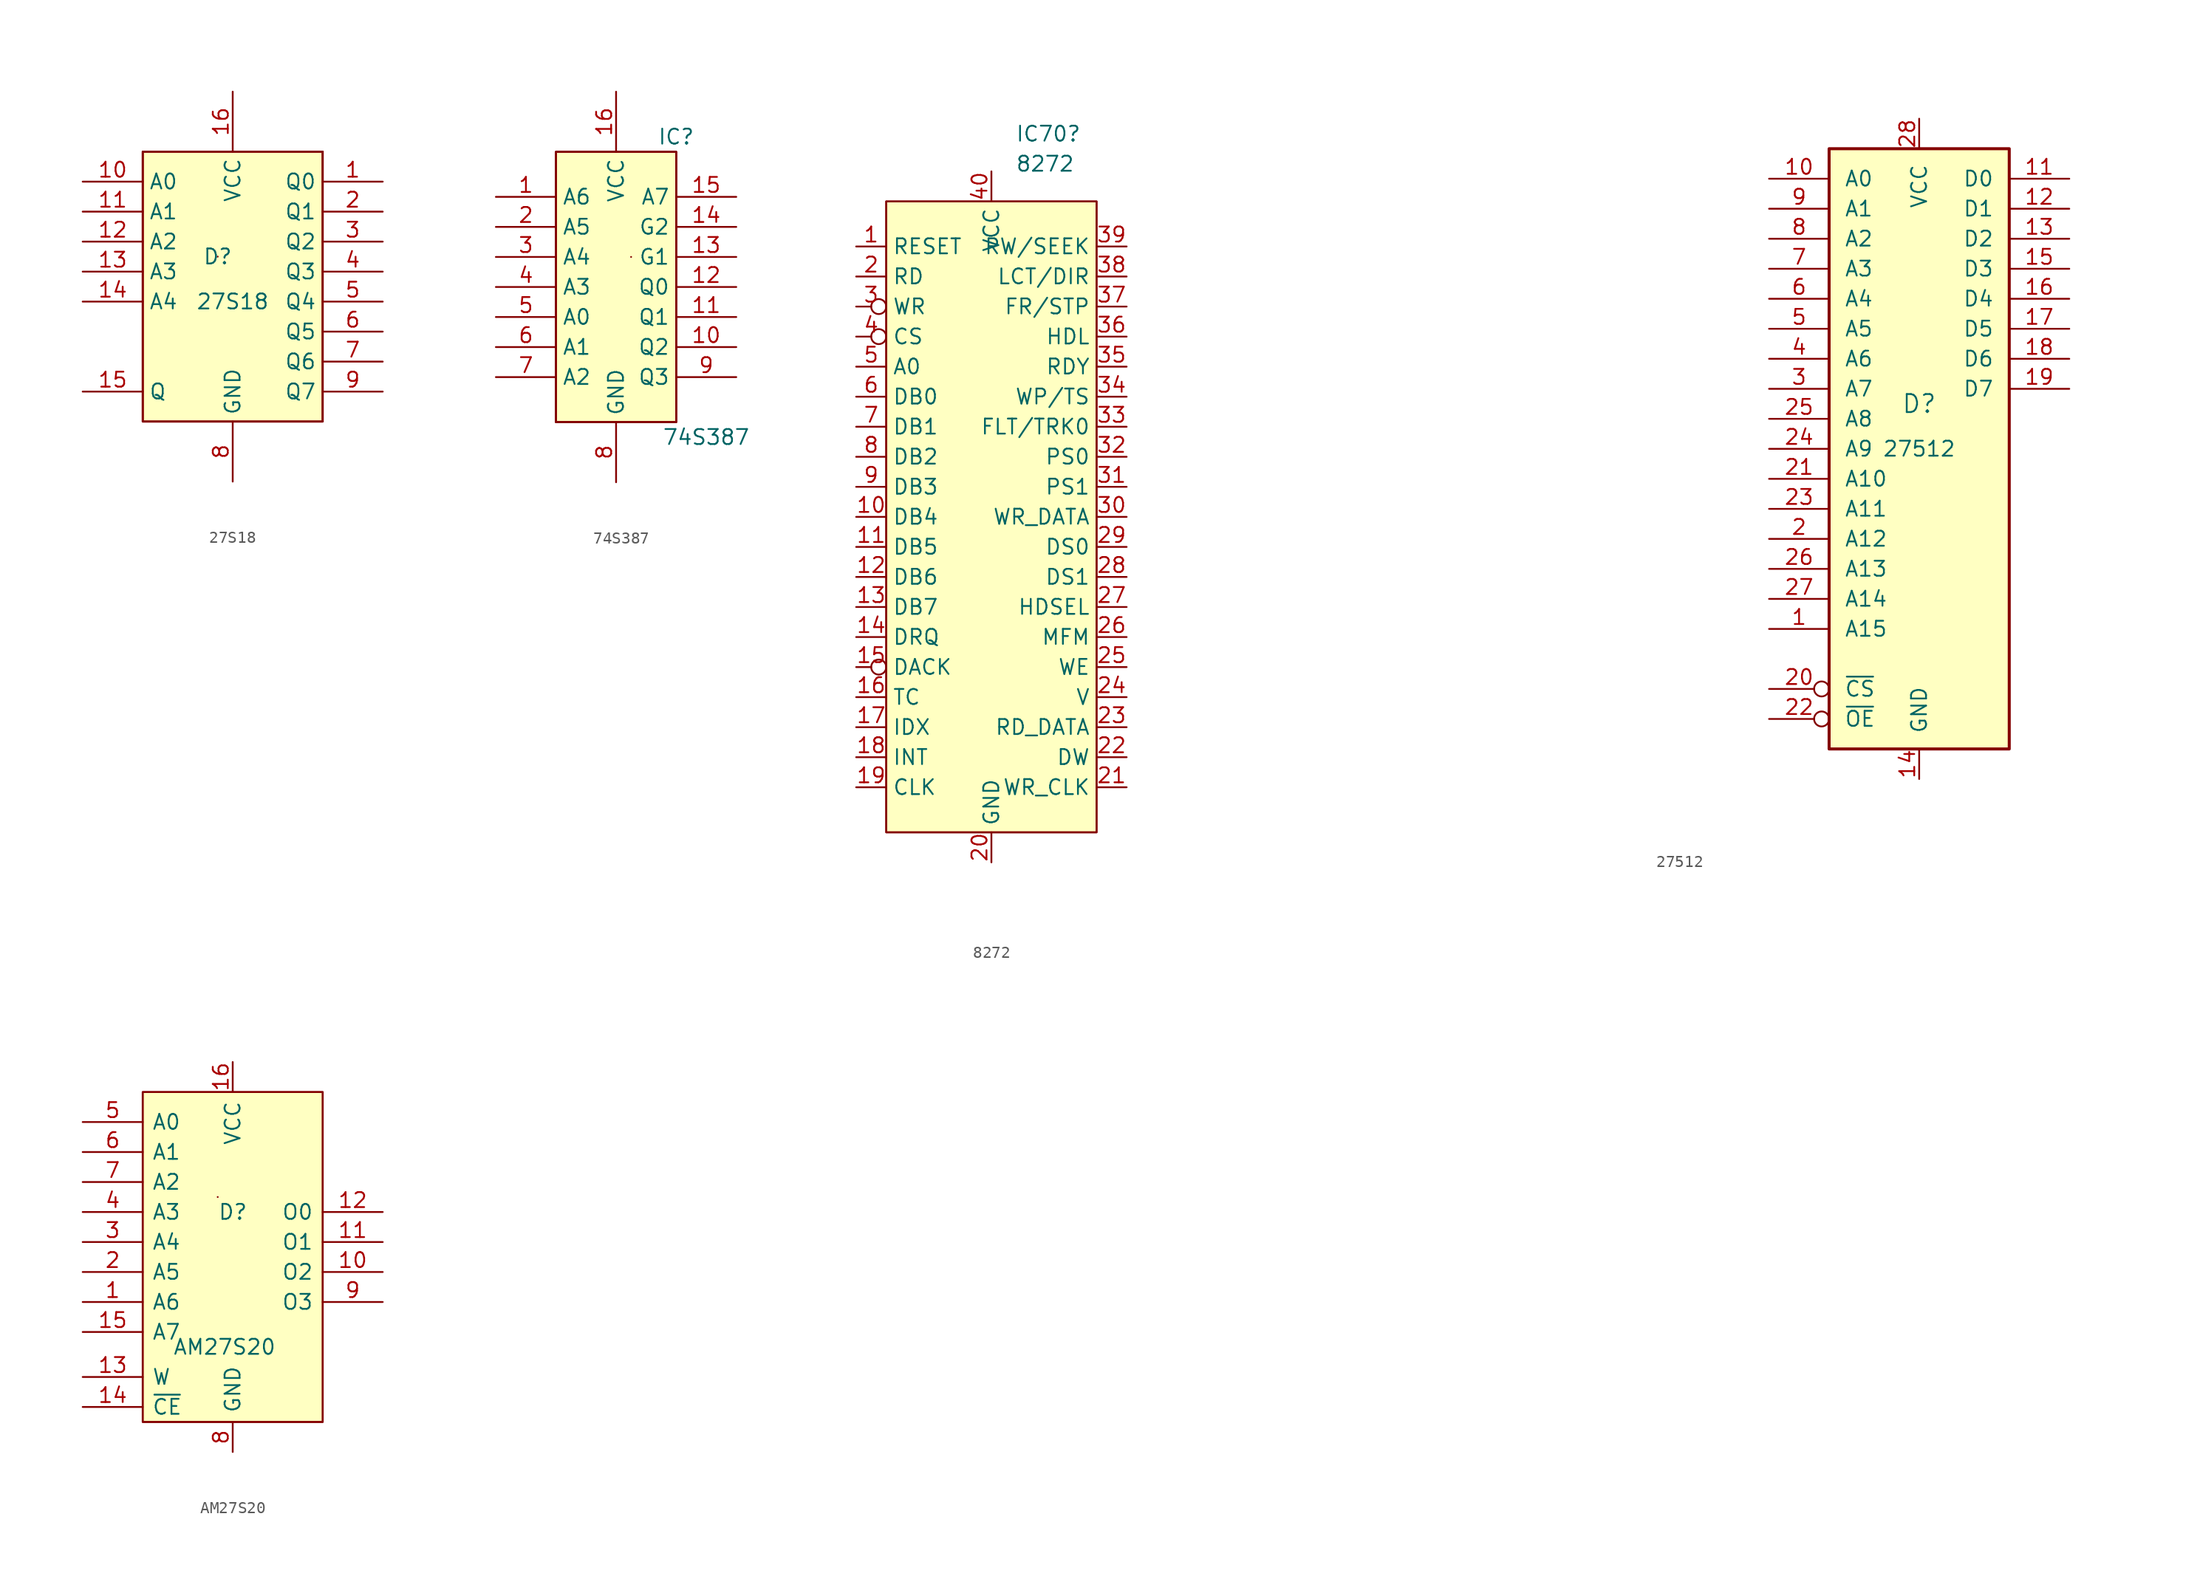
<source format=kicad_sym>
(kicad_symbol_lib
  (version 20211014)
  (generator kicad_symbol_editor)
  (symbol "27S18"
    (property "Reference" "D"
      (at -1.27 -13.97 0)
      (effects (font (size 1.27 1.27))))
    (property "Value" "27S18"
      (at 0 -17.78 0)
      (effects (font (size 1.27 1.27))))
    (symbol "27S18_0_0"
      (pin bidirectional line (at 12.7 -7.62 180) (length 5.08) (name "Q0" (effects (font (size 1.27 1.27)))) (number "1" (effects (font (size 1.27 1.27)))))
      (pin bidirectional line (at -12.7 -7.62 0) (length 5.08) (name "A0" (effects (font (size 1.27 1.27)))) (number "10" (effects (font (size 1.27 1.27)))))
      (pin bidirectional line (at -12.7 -10.16 0) (length 5.08) (name "A1" (effects (font (size 1.27 1.27)))) (number "11" (effects (font (size 1.27 1.27)))))
      (pin bidirectional line (at -12.7 -12.7 0) (length 5.08) (name "A2" (effects (font (size 1.27 1.27)))) (number "12" (effects (font (size 1.27 1.27)))))
      (pin bidirectional line (at -12.7 -15.24 0) (length 5.08) (name "A3" (effects (font (size 1.27 1.27)))) (number "13" (effects (font (size 1.27 1.27)))))
      (pin bidirectional line (at -12.7 -17.78 0) (length 5.08) (name "A4" (effects (font (size 1.27 1.27)))) (number "14" (effects (font (size 1.27 1.27)))))
      (pin bidirectional line (at -12.7 -25.4 0) (length 5.08) (name "Q" (effects (font (size 1.27 1.27)))) (number "15" (effects (font (size 1.27 1.27)))))
      (pin power_in line (at 0 0 270) (length 5.08) (name "VCC" (effects (font (size 1.27 1.27)))) (number "16" (effects (font (size 1.27 1.27)))))
      (pin bidirectional line (at 12.7 -10.16 180) (length 5.08) (name "Q1" (effects (font (size 1.27 1.27)))) (number "2" (effects (font (size 1.27 1.27)))))
      (pin bidirectional line (at 12.7 -12.7 180) (length 5.08) (name "Q2" (effects (font (size 1.27 1.27)))) (number "3" (effects (font (size 1.27 1.27)))))
      (pin bidirectional line (at 12.7 -15.24 180) (length 5.08) (name "Q3" (effects (font (size 1.27 1.27)))) (number "4" (effects (font (size 1.27 1.27)))))
      (pin bidirectional line (at 12.7 -17.78 180) (length 5.08) (name "Q4" (effects (font (size 1.27 1.27)))) (number "5" (effects (font (size 1.27 1.27)))))
      (pin bidirectional line (at 12.7 -20.32 180) (length 5.08) (name "Q5" (effects (font (size 1.27 1.27)))) (number "6" (effects (font (size 1.27 1.27)))))
      (pin bidirectional line (at 12.7 -22.86 180) (length 5.08) (name "Q6" (effects (font (size 1.27 1.27)))) (number "7" (effects (font (size 1.27 1.27)))))
      (pin power_in line (at 0 -33.02 90) (length 5.08) (name "GND" (effects (font (size 1.27 1.27)))) (number "8" (effects (font (size 1.27 1.27)))))
      (pin bidirectional line (at 12.7 -25.4 180) (length 5.08) (name "Q7" (effects (font (size 1.27 1.27)))) (number "9" (effects (font (size 1.27 1.27))))))
    (symbol "27S18_0_1"
      (rectangle (start -7.62 -5.08) (end 7.62 -27.94) (stroke (width 0) (type default) (color 0 0 0 0)) (fill (type none)))
      (rectangle (start -7.62 -5.08) (end 7.62 -27.94) (stroke (width 0) (type default) (color 0 0 0 0)) (fill (type none)))
      (rectangle (start -7.62 -5.08) (end 7.62 -27.94) (stroke (width 0) (type default) (color 0 0 0 0)) (fill (type background)))
      (rectangle (start -1.27 -13.97) (end -1.27 -13.97) (stroke (width 0) (type default) (color 0 0 0 0)) (fill (type none)))
      (polyline (pts (xy -7.62 -5.08) (xy 7.62 -5.08) (xy 7.62 -27.94) (xy -7.62 -27.94) (xy -7.62 -5.08)) (stroke (width 0.152) (type default) (color 0 0 0 0)) (fill (type none)))))
  (symbol "74S387"
    (property "Reference" "IC"
      (at 10.16 1.27 0)
      (effects (font (size 1.27 1.27))))
    (property "Value" "74S387"
      (at 12.7 -24.13 0)
      (effects (font (size 1.27 1.27))))
    (symbol "74S387_0_0"
      (pin input line (at -5.08 -3.81 0) (length 5.08) (name "A6" (effects (font (size 1.27 1.27)))) (number "1" (effects (font (size 1.27 1.27)))))
      (pin output line (at 15.24 -16.51 180) (length 5.08) (name "Q2" (effects (font (size 1.27 1.27)))) (number "10" (effects (font (size 1.27 1.27)))))
      (pin output line (at 15.24 -13.97 180) (length 5.08) (name "Q1" (effects (font (size 1.27 1.27)))) (number "11" (effects (font (size 1.27 1.27)))))
      (pin output line (at 15.24 -11.43 180) (length 5.08) (name "Q0" (effects (font (size 1.27 1.27)))) (number "12" (effects (font (size 1.27 1.27)))))
      (pin output line (at 15.24 -8.89 180) (length 5.08) (name "G1" (effects (font (size 1.27 1.27)))) (number "13" (effects (font (size 1.27 1.27)))))
      (pin output line (at 15.24 -6.35 180) (length 5.08) (name "G2" (effects (font (size 1.27 1.27)))) (number "14" (effects (font (size 1.27 1.27)))))
      (pin input line (at 15.24 -3.81 180) (length 5.08) (name "A7" (effects (font (size 1.27 1.27)))) (number "15" (effects (font (size 1.27 1.27)))))
      (pin power_in line (at 5.08 5.08 270) (length 5.08) (name "VCC" (effects (font (size 1.27 1.27)))) (number "16" (effects (font (size 1.27 1.27)))))
      (pin input line (at -5.08 -6.35 0) (length 5.08) (name "A5" (effects (font (size 1.27 1.27)))) (number "2" (effects (font (size 1.27 1.27)))))
      (pin input line (at -5.08 -8.89 0) (length 5.08) (name "A4" (effects (font (size 1.27 1.27)))) (number "3" (effects (font (size 1.27 1.27)))))
      (pin input line (at -5.08 -11.43 0) (length 5.08) (name "A3" (effects (font (size 1.27 1.27)))) (number "4" (effects (font (size 1.27 1.27)))))
      (pin input line (at -5.08 -13.97 0) (length 5.08) (name "A0" (effects (font (size 1.27 1.27)))) (number "5" (effects (font (size 1.27 1.27)))))
      (pin input line (at -5.08 -16.51 0) (length 5.08) (name "A1" (effects (font (size 1.27 1.27)))) (number "6" (effects (font (size 1.27 1.27)))))
      (pin input line (at -5.08 -19.05 0) (length 5.08) (name "A2" (effects (font (size 1.27 1.27)))) (number "7" (effects (font (size 1.27 1.27)))))
      (pin power_in line (at 5.08 -27.94 90) (length 5.08) (name "GND" (effects (font (size 1.27 1.27)))) (number "8" (effects (font (size 1.27 1.27)))))
      (pin output line (at 15.24 -19.05 180) (length 5.08) (name "Q3" (effects (font (size 1.27 1.27)))) (number "9" (effects (font (size 1.27 1.27))))))
    (symbol "74S387_0_1"
      (polyline (pts (xy 0 0) (xy 10.16 0) (xy 10.16 -22.86) (xy 0 -22.86) (xy 0 0)) (stroke (width 0.152) (type default) (color 0 0 0 0)) (fill (type none)))
      (rectangle (start 0 0) (end 10.16 -22.86) (stroke (width 0) (type default) (color 0 0 0 0)) (fill (type none)))
      (rectangle (start 0 0) (end 10.16 -22.86) (stroke (width 0) (type default) (color 0 0 0 0)) (fill (type none)))
      (rectangle (start 0 0) (end 10.16 -22.86) (stroke (width 0) (type default) (color 0 0 0 0)) (fill (type background)))
      (rectangle (start 6.35 -8.89) (end 6.35 -8.89) (stroke (width 0) (type default) (color 0 0 0 0)) (fill (type none)))))
  (symbol "8272"
    (property "Reference" "IC70"
      (at 13.449 8.255 0)
      (effects (font (size 1.27 1.27)) (justify left)))
    (property "Value" "8272"
      (at 13.449 5.715 0)
      (effects (font (size 1.27 1.27)) (justify left)))
    (symbol "8272_0_0"
      (pin input line (at 0 -1.27 0) (length 2.54) (name "RESET" (effects (font (size 1.27 1.27)))) (number "1" (effects (font (size 1.27 1.27)))))
      (pin bidirectional line (at 0 -24.13 0) (length 2.54) (name "DB4" (effects (font (size 1.27 1.27)))) (number "10" (effects (font (size 1.27 1.27)))))
      (pin bidirectional line (at 0 -26.67 0) (length 2.54) (name "DB5" (effects (font (size 1.27 1.27)))) (number "11" (effects (font (size 1.27 1.27)))))
      (pin bidirectional line (at 0 -29.21 0) (length 2.54) (name "DB6" (effects (font (size 1.27 1.27)))) (number "12" (effects (font (size 1.27 1.27)))))
      (pin bidirectional line (at 0 -31.75 0) (length 2.54) (name "DB7" (effects (font (size 1.27 1.27)))) (number "13" (effects (font (size 1.27 1.27)))))
      (pin output line (at 0 -34.29 0) (length 2.54) (name "DRQ" (effects (font (size 1.27 1.27)))) (number "14" (effects (font (size 1.27 1.27)))))
      (pin input inverted (at 0 -36.83 0) (length 2.54) (name "DACK" (effects (font (size 1.27 1.27)))) (number "15" (effects (font (size 1.27 1.27)))))
      (pin input line (at 0 -39.37 0) (length 2.54) (name "TC" (effects (font (size 1.27 1.27)))) (number "16" (effects (font (size 1.27 1.27)))))
      (pin input line (at 0 -41.91 0) (length 2.54) (name "IDX" (effects (font (size 1.27 1.27)))) (number "17" (effects (font (size 1.27 1.27)))))
      (pin output line (at 0 -44.45 0) (length 2.54) (name "INT" (effects (font (size 1.27 1.27)))) (number "18" (effects (font (size 1.27 1.27)))))
      (pin input line (at 0 -46.99 0) (length 2.54) (name "CLK" (effects (font (size 1.27 1.27)))) (number "19" (effects (font (size 1.27 1.27)))))
      (pin input line (at 0 -3.81 0) (length 2.54) (name "RD" (effects (font (size 1.27 1.27)))) (number "2" (effects (font (size 1.27 1.27)))))
      (pin power_in line (at 11.43 -53.34 90) (length 2.54) (name "GND" (effects (font (size 1.27 1.27)))) (number "20" (effects (font (size 1.27 1.27)))))
      (pin input line (at 22.86 -46.99 180) (length 2.54) (name "WR_CLK" (effects (font (size 1.27 1.27)))) (number "21" (effects (font (size 1.27 1.27)))))
      (pin input line (at 22.86 -44.45 180) (length 2.54) (name "DW" (effects (font (size 1.27 1.27)))) (number "22" (effects (font (size 1.27 1.27)))))
      (pin input line (at 22.86 -41.91 180) (length 2.54) (name "RD_DATA" (effects (font (size 1.27 1.27)))) (number "23" (effects (font (size 1.27 1.27)))))
      (pin output line (at 22.86 -39.37 180) (length 2.54) (name "V" (effects (font (size 1.27 1.27)))) (number "24" (effects (font (size 1.27 1.27)))))
      (pin output line (at 22.86 -36.83 180) (length 2.54) (name "WE" (effects (font (size 1.27 1.27)))) (number "25" (effects (font (size 1.27 1.27)))))
      (pin output line (at 22.86 -34.29 180) (length 2.54) (name "MFM" (effects (font (size 1.27 1.27)))) (number "26" (effects (font (size 1.27 1.27)))))
      (pin output line (at 22.86 -31.75 180) (length 2.54) (name "HDSEL" (effects (font (size 1.27 1.27)))) (number "27" (effects (font (size 1.27 1.27)))))
      (pin output line (at 22.86 -29.21 180) (length 2.54) (name "DS1" (effects (font (size 1.27 1.27)))) (number "28" (effects (font (size 1.27 1.27)))))
      (pin output line (at 22.86 -26.67 180) (length 2.54) (name "DS0" (effects (font (size 1.27 1.27)))) (number "29" (effects (font (size 1.27 1.27)))))
      (pin input inverted (at 0 -6.35 0) (length 2.54) (name "WR" (effects (font (size 1.27 1.27)))) (number "3" (effects (font (size 1.27 1.27)))))
      (pin output line (at 22.86 -24.13 180) (length 2.54) (name "WR_DATA" (effects (font (size 1.27 1.27)))) (number "30" (effects (font (size 1.27 1.27)))))
      (pin output line (at 22.86 -21.59 180) (length 2.54) (name "PS1" (effects (font (size 1.27 1.27)))) (number "31" (effects (font (size 1.27 1.27)))))
      (pin output line (at 22.86 -19.05 180) (length 2.54) (name "PS0" (effects (font (size 1.27 1.27)))) (number "32" (effects (font (size 1.27 1.27)))))
      (pin input line (at 22.86 -16.51 180) (length 2.54) (name "FLT/TRK0" (effects (font (size 1.27 1.27)))) (number "33" (effects (font (size 1.27 1.27)))))
      (pin input line (at 22.86 -13.97 180) (length 2.54) (name "WP/TS" (effects (font (size 1.27 1.27)))) (number "34" (effects (font (size 1.27 1.27)))))
      (pin input line (at 22.86 -11.43 180) (length 2.54) (name "RDY" (effects (font (size 1.27 1.27)))) (number "35" (effects (font (size 1.27 1.27)))))
      (pin output line (at 22.86 -8.89 180) (length 2.54) (name "HDL" (effects (font (size 1.27 1.27)))) (number "36" (effects (font (size 1.27 1.27)))))
      (pin output line (at 22.86 -6.35 180) (length 2.54) (name "FR/STP" (effects (font (size 1.27 1.27)))) (number "37" (effects (font (size 1.27 1.27)))))
      (pin output line (at 22.86 -3.81 180) (length 2.54) (name "LCT/DIR" (effects (font (size 1.27 1.27)))) (number "38" (effects (font (size 1.27 1.27)))))
      (pin output line (at 22.86 -1.27 180) (length 2.54) (name "RW/SEEK" (effects (font (size 1.27 1.27)))) (number "39" (effects (font (size 1.27 1.27)))))
      (pin input inverted (at 0 -8.89 0) (length 2.54) (name "CS" (effects (font (size 1.27 1.27)))) (number "4" (effects (font (size 1.27 1.27)))))
      (pin input line (at 11.43 5.08 270) (length 2.54) (name "VCC" (effects (font (size 1.27 1.27)))) (number "40" (effects (font (size 1.27 1.27)))))
      (pin input line (at 0 -11.43 0) (length 2.54) (name "A0" (effects (font (size 1.27 1.27)))) (number "5" (effects (font (size 1.27 1.27)))))
      (pin bidirectional line (at 0 -13.97 0) (length 2.54) (name "DB0" (effects (font (size 1.27 1.27)))) (number "6" (effects (font (size 1.27 1.27)))))
      (pin bidirectional line (at 0 -16.51 0) (length 2.54) (name "DB1" (effects (font (size 1.27 1.27)))) (number "7" (effects (font (size 1.27 1.27)))))
      (pin bidirectional line (at 0 -19.05 0) (length 2.54) (name "DB2" (effects (font (size 1.27 1.27)))) (number "8" (effects (font (size 1.27 1.27)))))
      (pin bidirectional line (at 0 -21.59 0) (length 2.54) (name "DB3" (effects (font (size 1.27 1.27)))) (number "9" (effects (font (size 1.27 1.27))))))
    (symbol "8272_0_1"
      (rectangle (start 2.54 2.54) (end 20.32 -50.8) (stroke (width 0) (type default) (color 0 0 0 0)) (fill (type none)))
      (rectangle (start 2.54 2.54) (end 20.32 -50.8) (stroke (width 0) (type default) (color 0 0 0 0)) (fill (type background)))))
  (symbol "27512"
    (pin_names
      (offset 1.27))
    (property "Reference" "D"
      (at 0 -24.13 0)
      (effects (font (size 1.524 1.524))))
    (property "Value" "27512"
      (at 0 -27.94 0)
      (effects (font (size 1.27 1.27))))
    (property "Footprint" ""
      (at -53.34 -5.08 0)
      (effects (font (size 1.524 1.524))))
    (property "Datasheet" ""
      (at -53.34 -5.08 0)
      (effects (font (size 1.524 1.524))))
    (symbol "27512_0_0"
      (pin input line (at -12.7 -35.56 0) (length 5.08) (name "A12" (effects (font (size 1.27 1.27)))) (number "2" (effects (font (size 1.27 1.27)))))
      (pin input line (at -12.7 -30.48 0) (length 5.08) (name "A10" (effects (font (size 1.27 1.27)))) (number "21" (effects (font (size 1.27 1.27)))))
      (pin input line (at -12.7 -33.02 0) (length 5.08) (name "A11" (effects (font (size 1.27 1.27)))) (number "23" (effects (font (size 1.27 1.27)))))
      (pin input line (at -12.7 -27.94 0) (length 5.08) (name "A9" (effects (font (size 1.27 1.27)))) (number "24" (effects (font (size 1.27 1.27)))))
      (pin input line (at -12.7 -25.4 0) (length 5.08) (name "A8" (effects (font (size 1.27 1.27)))) (number "25" (effects (font (size 1.27 1.27))))))
    (symbol "27512_1_0"
      (pin input line (at -12.7 -43.18 0) (length 5.08) (name "A15" (effects (font (size 1.27 1.27)))) (number "1" (effects (font (size 1.27 1.27)))))
      (pin input line (at -12.7 -5.08 0) (length 5.08) (name "A0" (effects (font (size 1.27 1.27)))) (number "10" (effects (font (size 1.27 1.27)))))
      (pin output line (at 12.7 -5.08 180) (length 5.08) (name "D0" (effects (font (size 1.27 1.27)))) (number "11" (effects (font (size 1.27 1.27)))))
      (pin output line (at 12.7 -7.62 180) (length 5.08) (name "D1" (effects (font (size 1.27 1.27)))) (number "12" (effects (font (size 1.27 1.27)))))
      (pin output line (at 12.7 -10.16 180) (length 5.08) (name "D2" (effects (font (size 1.27 1.27)))) (number "13" (effects (font (size 1.27 1.27)))))
      (pin output line (at 12.7 -12.7 180) (length 5.08) (name "D3" (effects (font (size 1.27 1.27)))) (number "15" (effects (font (size 1.27 1.27)))))
      (pin output line (at 12.7 -15.24 180) (length 5.08) (name "D4" (effects (font (size 1.27 1.27)))) (number "16" (effects (font (size 1.27 1.27)))))
      (pin output line (at 12.7 -17.78 180) (length 5.08) (name "D5" (effects (font (size 1.27 1.27)))) (number "17" (effects (font (size 1.27 1.27)))))
      (pin output line (at 12.7 -20.32 180) (length 5.08) (name "D6" (effects (font (size 1.27 1.27)))) (number "18" (effects (font (size 1.27 1.27)))))
      (pin output line (at 12.7 -22.86 180) (length 5.08) (name "D7" (effects (font (size 1.27 1.27)))) (number "19" (effects (font (size 1.27 1.27)))))
      (pin input line (at -12.7 -38.1 0) (length 5.08) (name "A13" (effects (font (size 1.27 1.27)))) (number "26" (effects (font (size 1.27 1.27)))))
      (pin input line (at -12.7 -40.64 0) (length 5.08) (name "A14" (effects (font (size 1.27 1.27)))) (number "27" (effects (font (size 1.27 1.27)))))
      (pin input line (at -12.7 -22.86 0) (length 5.08) (name "A7" (effects (font (size 1.27 1.27)))) (number "3" (effects (font (size 1.27 1.27)))))
      (pin input line (at -12.7 -20.32 0) (length 5.08) (name "A6" (effects (font (size 1.27 1.27)))) (number "4" (effects (font (size 1.27 1.27)))))
      (pin input line (at -12.7 -17.78 0) (length 5.08) (name "A5" (effects (font (size 1.27 1.27)))) (number "5" (effects (font (size 1.27 1.27)))))
      (pin input line (at -12.7 -15.24 0) (length 5.08) (name "A4" (effects (font (size 1.27 1.27)))) (number "6" (effects (font (size 1.27 1.27)))))
      (pin input line (at -12.7 -12.7 0) (length 5.08) (name "A3" (effects (font (size 1.27 1.27)))) (number "7" (effects (font (size 1.27 1.27)))))
      (pin input line (at -12.7 -10.16 0) (length 5.08) (name "A2" (effects (font (size 1.27 1.27)))) (number "8" (effects (font (size 1.27 1.27)))))
      (pin input line (at -12.7 -7.62 0) (length 5.08) (name "A1" (effects (font (size 1.27 1.27)))) (number "9" (effects (font (size 1.27 1.27))))))
    (symbol "27512_1_1"
      (rectangle (start -7.62 -2.54) (end 7.62 -53.34) (stroke (width 0.254) (type default) (color 0 0 0 0)) (fill (type background)))
      (pin power_in line (at 0 -55.88 90) (length 2.54) (name "GND" (effects (font (size 1.27 1.27)))) (number "14" (effects (font (size 1.27 1.27)))))
      (pin input inverted (at -12.7 -48.26 0) (length 5.08) (name "~{CS}" (effects (font (size 1.27 1.27)))) (number "20" (effects (font (size 1.27 1.27)))))
      (pin input inverted (at -12.7 -50.8 0) (length 5.08) (name "~{OE}" (effects (font (size 1.27 1.27)))) (number "22" (effects (font (size 1.27 1.27)))))
      (pin power_in line (at 0 0 270) (length 2.54) (name "VCC" (effects (font (size 1.27 1.27)))) (number "28" (effects (font (size 1.27 1.27)))))))
  (symbol "AM27S20"
    (pin_names
      (offset 0.762))
    (property "Reference" "D"
      (at 11.43 -7.62 0)
      (effects (font (size 1.27 1.27)) (justify left)))
    (property "Value" "AM27S20"
      (at 7.62 -19.05 0)
      (effects (font (size 1.27 1.27)) (justify left)))
    (symbol "AM27S20_0_0"
      (pin input line (at 0 -15.24 0) (length 5.08) (name "A6" (effects (font (size 1.27 1.27)))) (number "1" (effects (font (size 1.27 1.27)))))
      (pin open_collector line (at 25.4 -12.7 180) (length 5.08) (name "O2" (effects (font (size 1.27 1.27)))) (number "10" (effects (font (size 1.27 1.27)))))
      (pin open_collector line (at 25.4 -10.16 180) (length 5.08) (name "O1" (effects (font (size 1.27 1.27)))) (number "11" (effects (font (size 1.27 1.27)))))
      (pin open_collector line (at 25.4 -7.62 180) (length 5.08) (name "O0" (effects (font (size 1.27 1.27)))) (number "12" (effects (font (size 1.27 1.27)))))
      (pin output line (at 0 -21.59 0) (length 5.08) (name "W" (effects (font (size 1.27 1.27)))) (number "13" (effects (font (size 1.27 1.27)))))
      (pin output line (at 0 -24.13 0) (length 5.08) (name "~{CE}" (effects (font (size 1.27 1.27)))) (number "14" (effects (font (size 1.27 1.27)))))
      (pin input line (at 0 -17.78 0) (length 5.08) (name "A7" (effects (font (size 1.27 1.27)))) (number "15" (effects (font (size 1.27 1.27)))))
      (pin power_in line (at 12.7 5.08 270) (length 2.5) (name "VCC" (effects (font (size 1.27 1.27)))) (number "16" (effects (font (size 1.27 1.27)))))
      (pin input line (at 0 -12.7 0) (length 5.08) (name "A5" (effects (font (size 1.27 1.27)))) (number "2" (effects (font (size 1.27 1.27)))))
      (pin input line (at 0 -10.16 0) (length 5.08) (name "A4" (effects (font (size 1.27 1.27)))) (number "3" (effects (font (size 1.27 1.27)))))
      (pin input line (at 0 -7.62 0) (length 5.08) (name "A3" (effects (font (size 1.27 1.27)))) (number "4" (effects (font (size 1.27 1.27)))))
      (pin input line (at 0 0 0) (length 5.08) (name "A0" (effects (font (size 1.27 1.27)))) (number "5" (effects (font (size 1.27 1.27)))))
      (pin input line (at 0 -2.54 0) (length 5.08) (name "A1" (effects (font (size 1.27 1.27)))) (number "6" (effects (font (size 1.27 1.27)))))
      (pin input line (at 0 -5.08 0) (length 5.08) (name "A2" (effects (font (size 1.27 1.27)))) (number "7" (effects (font (size 1.27 1.27)))))
      (pin power_in line (at 12.7 -27.94 90) (length 2.5) (name "GND" (effects (font (size 1.27 1.27)))) (number "8" (effects (font (size 1.27 1.27)))))
      (pin open_collector line (at 25.4 -15.24 180) (length 5.08) (name "O3" (effects (font (size 1.27 1.27)))) (number "9" (effects (font (size 1.27 1.27))))))
    (symbol "AM27S20_0_1"
      (rectangle (start 5.08 2.54) (end 20.32 -25.4) (stroke (width 0) (type default) (color 0 0 0 0)) (fill (type none)))
      (rectangle (start 5.08 2.54) (end 20.32 -25.4) (stroke (width 0) (type default) (color 0 0 0 0)) (fill (type background)))
      (rectangle (start 11.43 -6.35) (end 11.43 -6.35) (stroke (width 0) (type default) (color 0 0 0 0)) (fill (type none))))))
</source>
